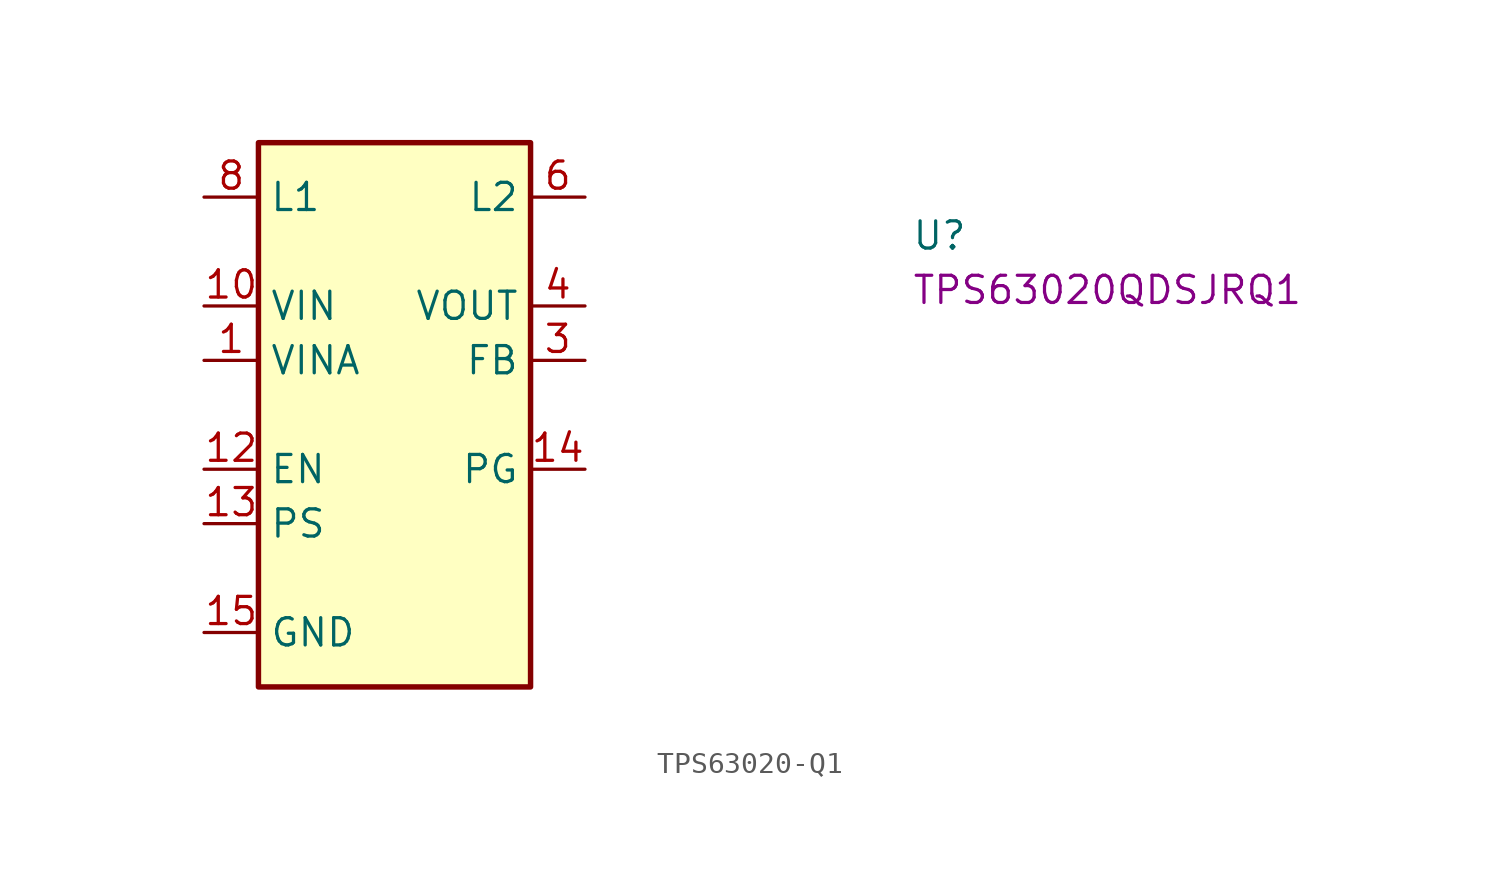
<source format=kicad_sym>
(kicad_symbol_lib
  (version 20220914)
  (generator kicad_symbol_editor)
  (symbol "TPS63020-Q1"
    (property "Reference" "U"
      (at 33.02 -2.54 0)
      (effects (font (size 1.27 1.27) (thickness 0.15)) (justify left bottom)))
    (property "MPN" "TPS63020QDSJRQ1"
      (at 33.02 -5.08 0)
      (effects (font (size 1.27 1.27) (thickness 0.15)) (justify left bottom)))
    (symbol "TPS63020-Q1_1_1"
      (rectangle (start 2.54 2.54) (end 15.24 -22.86) (stroke (width 0.254) (type default)) (fill (type background)))
      (pin power_in line (at 0 -7.62 0) (length 2.54) (name "VINA" (effects (font (size 1.27 1.27)))) (number "1" (effects (font (size 1.27 1.27)))))
      (pin power_in line (at 0 -5.08 0) (length 2.54) (name "VIN" (effects (font (size 1.27 1.27)))) (number "10" (effects (font (size 1.27 1.27)))))
      (pin passive line (at 0 -5.08 0) (length 2.54) hide (name "VIN" (effects (font (size 1.27 1.27)))) (number "11" (effects (font (size 1.27 1.27)))))
      (pin input line (at 0 -12.7 0) (length 2.54) (name "EN" (effects (font (size 1.27 1.27)))) (number "12" (effects (font (size 1.27 1.27)))))
      (pin input line (at 0 -15.24 0) (length 2.54) (name "PS" (effects (font (size 1.27 1.27)))) (number "13" (effects (font (size 1.27 1.27)))) (alternate "SYNC" passive line))
      (pin output line (at 17.78 -12.7 180) (length 2.54) (name "PG" (effects (font (size 1.27 1.27)))) (number "14" (effects (font (size 1.27 1.27)))))
      (pin power_in line (at 0 -20.32 0) (length 2.54) (name "GND" (effects (font (size 1.27 1.27)))) (number "15" (effects (font (size 1.27 1.27)))))
      (pin passive line (at 0 -20.32 0) (length 2.54) hide (name "GND" (effects (font (size 1.27 1.27)))) (number "2" (effects (font (size 1.27 1.27)))))
      (pin passive line (at 17.78 -7.62 180) (length 2.54) (name "FB" (effects (font (size 1.27 1.27)))) (number "3" (effects (font (size 1.27 1.27)))))
      (pin power_out line (at 17.78 -5.08 180) (length 2.54) (name "VOUT" (effects (font (size 1.27 1.27)))) (number "4" (effects (font (size 1.27 1.27)))))
      (pin passive line (at 17.78 -5.08 180) (length 2.54) hide (name "VOUT" (effects (font (size 1.27 1.27)))) (number "5" (effects (font (size 1.27 1.27)))))
      (pin passive line (at 17.78 0 180) (length 2.54) (name "L2" (effects (font (size 1.27 1.27)))) (number "6" (effects (font (size 1.27 1.27)))))
      (pin passive line (at 17.78 0 180) (length 2.54) hide (name "L2" (effects (font (size 1.27 1.27)))) (number "7" (effects (font (size 1.27 1.27)))))
      (pin passive line (at 0 0 0) (length 2.54) (name "L1" (effects (font (size 1.27 1.27)))) (number "8" (effects (font (size 1.27 1.27)))))
      (pin passive line (at 0 0 0) (length 2.54) hide (name "L1" (effects (font (size 1.27 1.27)))) (number "9" (effects (font (size 1.27 1.27))))))))
</source>
